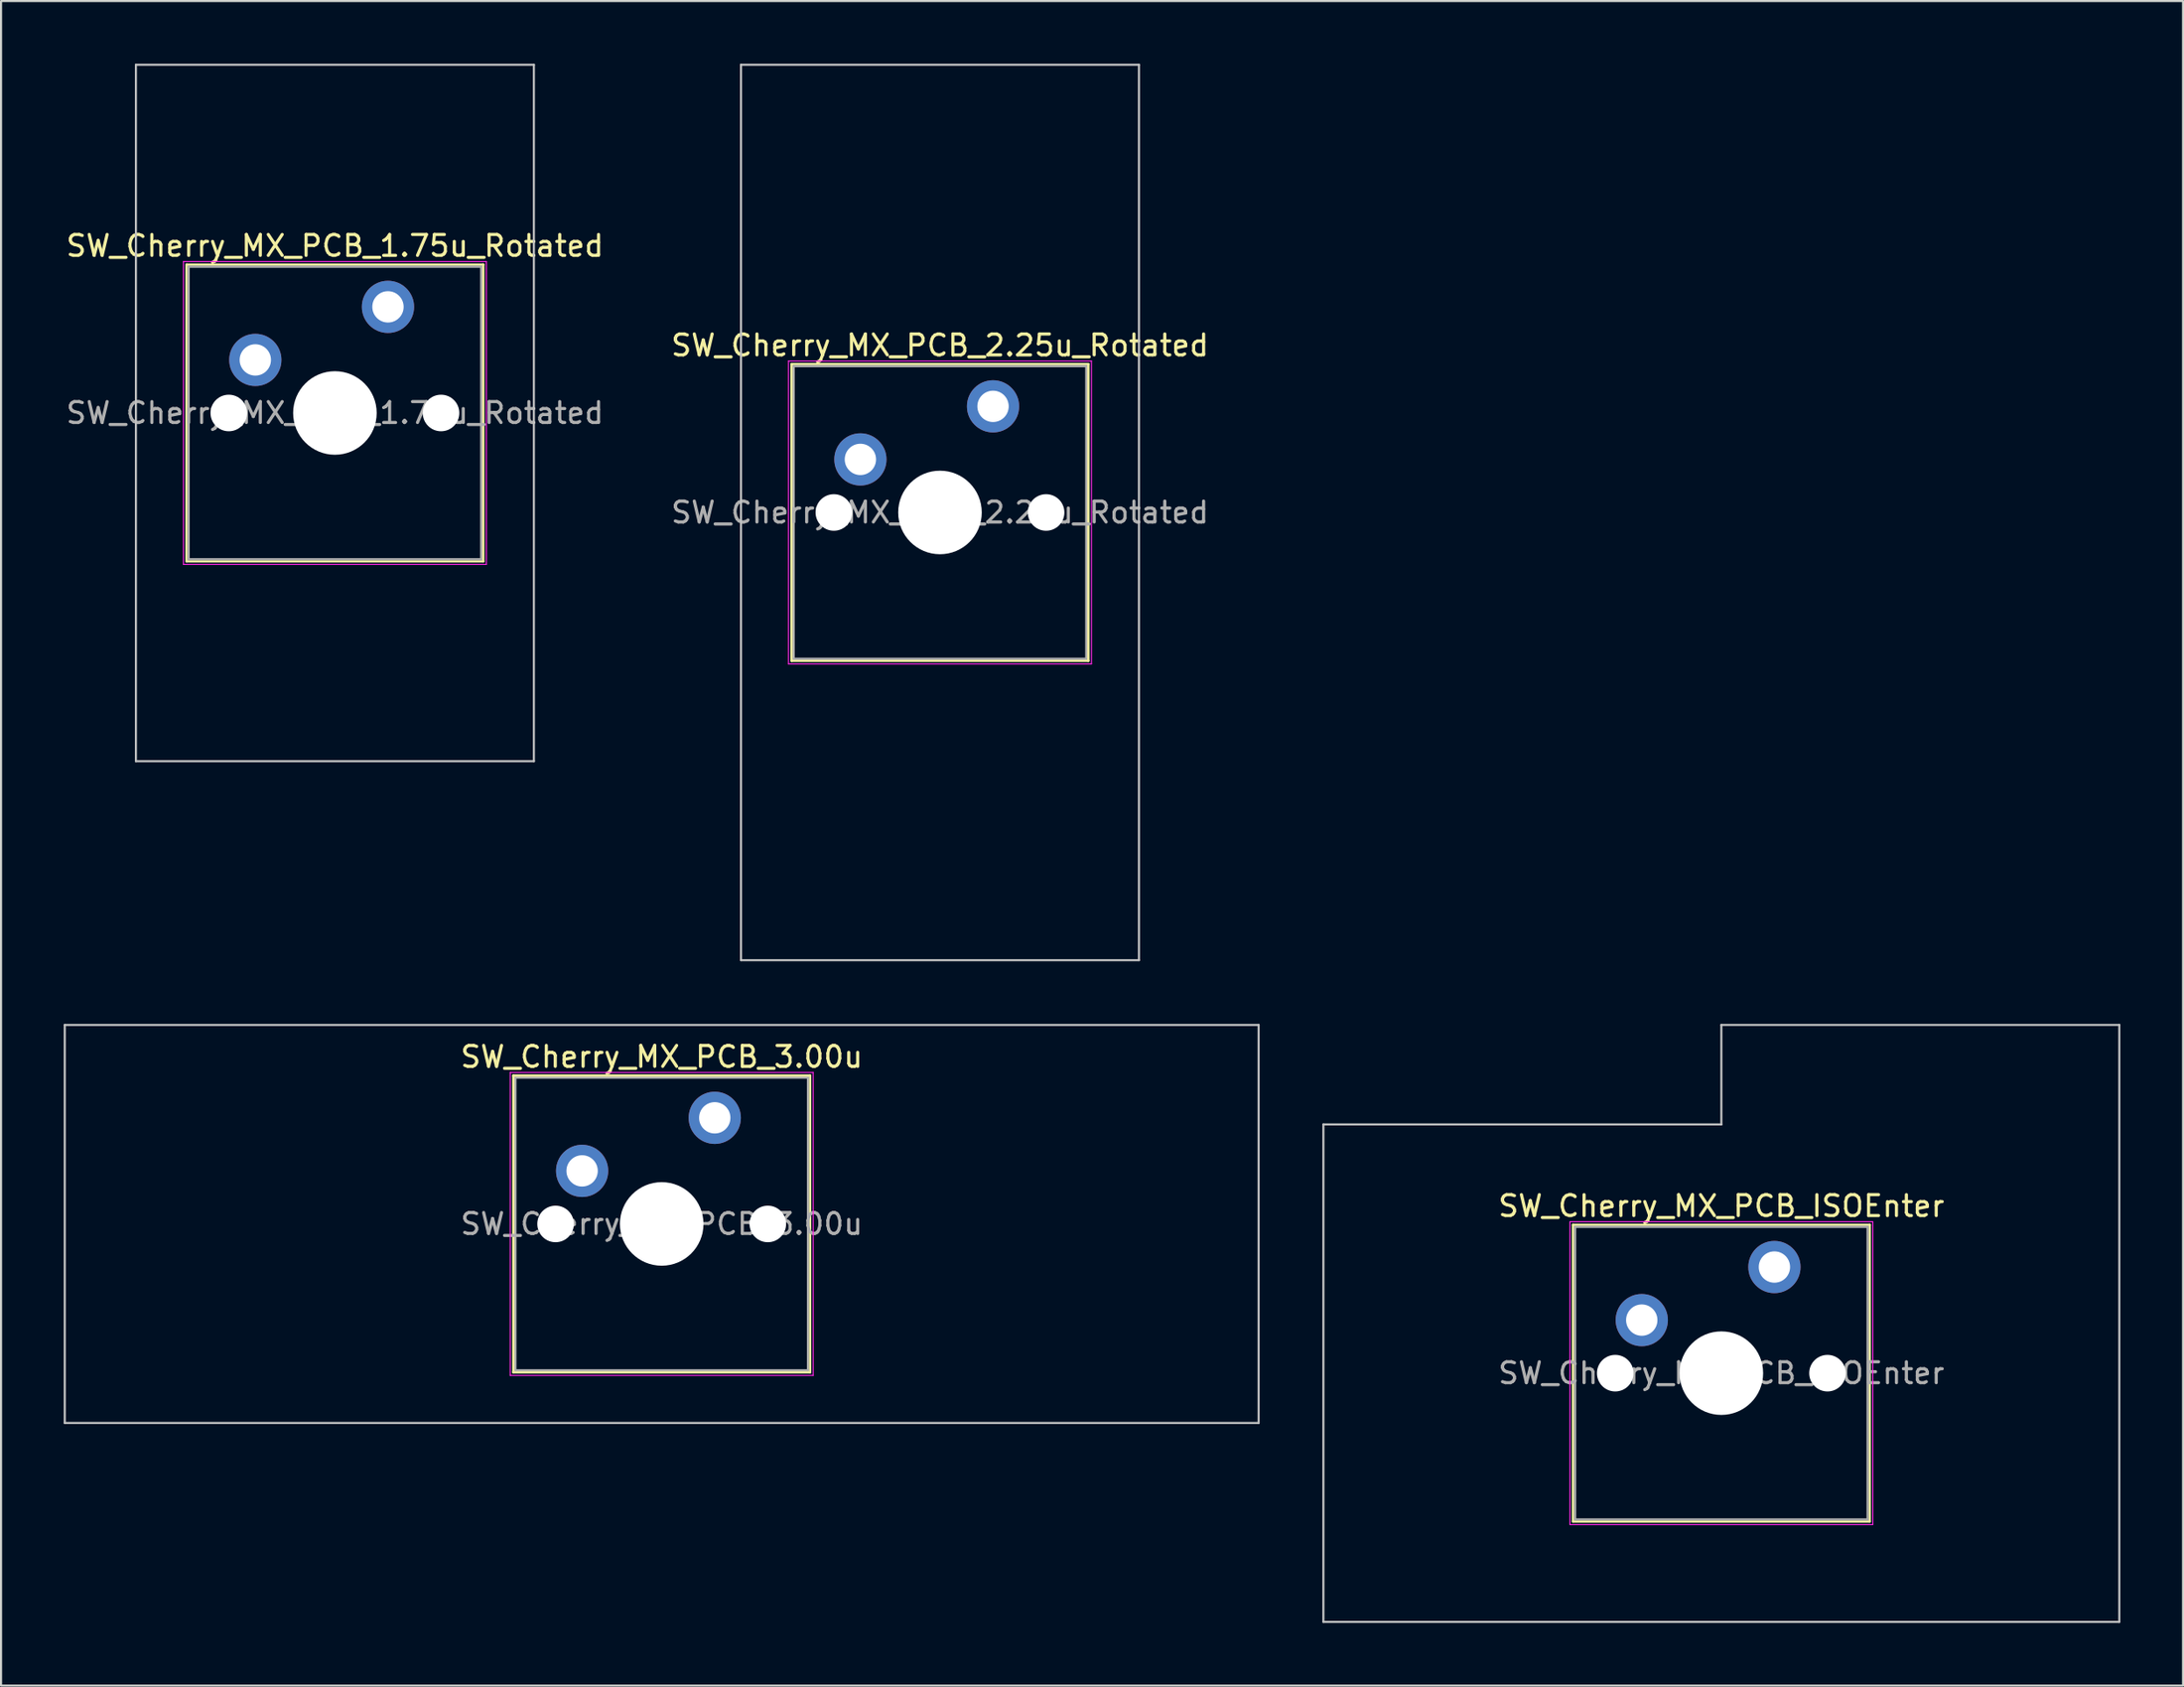
<source format=kicad_pcb>
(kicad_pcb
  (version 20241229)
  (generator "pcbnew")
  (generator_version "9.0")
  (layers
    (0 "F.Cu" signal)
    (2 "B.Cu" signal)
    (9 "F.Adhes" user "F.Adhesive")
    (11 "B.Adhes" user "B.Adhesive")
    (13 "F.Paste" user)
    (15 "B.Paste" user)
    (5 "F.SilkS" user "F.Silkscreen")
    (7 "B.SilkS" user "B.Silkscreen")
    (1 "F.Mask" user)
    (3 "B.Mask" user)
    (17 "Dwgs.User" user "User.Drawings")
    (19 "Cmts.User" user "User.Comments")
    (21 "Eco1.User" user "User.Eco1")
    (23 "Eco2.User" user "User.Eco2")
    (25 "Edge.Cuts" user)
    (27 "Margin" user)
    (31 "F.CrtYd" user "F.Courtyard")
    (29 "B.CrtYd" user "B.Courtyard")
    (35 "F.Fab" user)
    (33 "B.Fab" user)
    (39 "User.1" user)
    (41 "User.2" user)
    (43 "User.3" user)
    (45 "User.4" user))
  (footprint "SW_Cherry_MX_PCB_1.75u_Rotated"
    (layer "F.Cu")
    (at 12.982 16.719)
    (property "Reference" "SW_Cherry_MX_PCB_1.75u_Rotated" (at 0 -8 0) (layer "F.SilkS") (effects (font (size 1 1) (thickness 0.15))))
    (attr through_hole)
    (fp_line (start -7.1 -7.1) (end -7.1 7.1) (stroke (width 0.12) (type solid)) (layer "F.SilkS"))
    (fp_line (start -7.1 7.1) (end 7.1 7.1) (stroke (width 0.12) (type solid)) (layer "F.SilkS"))
    (fp_line (start 7.1 -7.1) (end -7.1 -7.1) (stroke (width 0.12) (type solid)) (layer "F.SilkS"))
    (fp_line (start 7.1 7.1) (end 7.1 -7.1) (stroke (width 0.12) (type solid)) (layer "F.SilkS"))
    (fp_line (start -9.525 -16.669) (end -9.525 16.669) (stroke (width 0.1) (type solid)) (layer "Dwgs.User"))
    (fp_line (start -9.525 16.669) (end 9.525 16.669) (stroke (width 0.1) (type solid)) (layer "Dwgs.User"))
    (fp_line (start 9.525 -16.669) (end -9.525 -16.669) (stroke (width 0.1) (type solid)) (layer "Dwgs.User"))
    (fp_line (start 9.525 16.669) (end 9.525 -16.669) (stroke (width 0.1) (type solid)) (layer "Dwgs.User"))
    (fp_line (start -7.25 -7.25) (end -7.25 7.25) (stroke (width 0.05) (type solid)) (layer "F.CrtYd"))
    (fp_line (start -7.25 7.25) (end 7.25 7.25) (stroke (width 0.05) (type solid)) (layer "F.CrtYd"))
    (fp_line (start 7.25 -7.25) (end -7.25 -7.25) (stroke (width 0.05) (type solid)) (layer "F.CrtYd"))
    (fp_line (start 7.25 7.25) (end 7.25 -7.25) (stroke (width 0.05) (type solid)) (layer "F.CrtYd"))
    (fp_line (start -7 -7) (end -7 7) (stroke (width 0.1) (type solid)) (layer "F.Fab"))
    (fp_line (start -7 7) (end 7 7) (stroke (width 0.1) (type solid)) (layer "F.Fab"))
    (fp_line (start 7 -7) (end -7 -7) (stroke (width 0.1) (type solid)) (layer "F.Fab"))
    (fp_line (start 7 7) (end 7 -7) (stroke (width 0.1) (type solid)) (layer "F.Fab"))
    (fp_text user "${REFERENCE}" (at 0 0 0) (layer "F.Fab") (effects (font (size 1 1) (thickness 0.15))))
    (pad "" np_thru_hole circle (at -5.08 0) (size 1.75 1.75) (drill 1.75) (layers "*.Cu" "*.Mask"))
    (pad "" np_thru_hole circle (at 0 0) (size 4 4) (drill 4) (layers "*.Cu" "*.Mask"))
    (pad "" np_thru_hole circle (at 5.08 0) (size 1.75 1.75) (drill 1.75) (layers "*.Cu" "*.Mask"))
    (pad "1" thru_hole circle (at -3.81 -2.54) (size 2.5 2.5) (drill 1.5) (layers "*.Cu" "B.Mask"))
    (pad "2" thru_hole circle (at 2.54 -5.08) (size 2.5 2.5) (drill 1.5) (layers "*.Cu" "B.Mask")))
  (footprint "SW_Cherry_MX_PCB_ISOEnter"
    (layer "F.Cu")
    (at 79.35 62.681)
    (property "Reference" "SW_Cherry_MX_PCB_ISOEnter" (at 0 -8 0) (layer "F.SilkS") (effects (font (size 1 1) (thickness 0.15))))
    (attr through_hole)
    (fp_line (start -7.1 -7.1) (end -7.1 7.1) (stroke (width 0.12) (type solid)) (layer "F.SilkS"))
    (fp_line (start -7.1 7.1) (end 7.1 7.1) (stroke (width 0.12) (type solid)) (layer "F.SilkS"))
    (fp_line (start 7.1 -7.1) (end -7.1 -7.1) (stroke (width 0.12) (type solid)) (layer "F.SilkS"))
    (fp_line (start 7.1 7.1) (end 7.1 -7.1) (stroke (width 0.12) (type solid)) (layer "F.SilkS"))
    (fp_line (start -19.05 -11.906) (end -19.05 11.906) (stroke (width 0.1) (type solid)) (layer "Dwgs.User"))
    (fp_line (start -19.05 11.906) (end 19.05 11.906) (stroke (width 0.1) (type solid)) (layer "Dwgs.User"))
    (fp_line (start 0 -16.669) (end 0 -11.906) (stroke (width 0.1) (type solid)) (layer "Dwgs.User"))
    (fp_line (start 0 -11.906) (end -19.05 -11.906) (stroke (width 0.1) (type solid)) (layer "Dwgs.User"))
    (fp_line (start 19.05 -16.669) (end 0 -16.669) (stroke (width 0.1) (type solid)) (layer "Dwgs.User"))
    (fp_line (start 19.05 11.906) (end 19.05 -16.669) (stroke (width 0.1) (type solid)) (layer "Dwgs.User"))
    (fp_line (start -7.25 -7.25) (end -7.25 7.25) (stroke (width 0.05) (type solid)) (layer "F.CrtYd"))
    (fp_line (start -7.25 7.25) (end 7.25 7.25) (stroke (width 0.05) (type solid)) (layer "F.CrtYd"))
    (fp_line (start 7.25 -7.25) (end -7.25 -7.25) (stroke (width 0.05) (type solid)) (layer "F.CrtYd"))
    (fp_line (start 7.25 7.25) (end 7.25 -7.25) (stroke (width 0.05) (type solid)) (layer "F.CrtYd"))
    (fp_line (start -7 -7) (end -7 7) (stroke (width 0.1) (type solid)) (layer "F.Fab"))
    (fp_line (start -7 7) (end 7 7) (stroke (width 0.1) (type solid)) (layer "F.Fab"))
    (fp_line (start 7 -7) (end -7 -7) (stroke (width 0.1) (type solid)) (layer "F.Fab"))
    (fp_line (start 7 7) (end 7 -7) (stroke (width 0.1) (type solid)) (layer "F.Fab"))
    (fp_text user "${REFERENCE}" (at 0 0 0) (layer "F.Fab") (effects (font (size 1 1) (thickness 0.15))))
    (pad "" np_thru_hole circle (at -5.08 0) (size 1.75 1.75) (drill 1.75) (layers "*.Cu" "*.Mask"))
    (pad "" np_thru_hole circle (at 0 0) (size 4 4) (drill 4) (layers "*.Cu" "*.Mask"))
    (pad "" np_thru_hole circle (at 5.08 0) (size 1.75 1.75) (drill 1.75) (layers "*.Cu" "*.Mask"))
    (pad "1" thru_hole circle (at -3.81 -2.54) (size 2.5 2.5) (drill 1.5) (layers "*.Cu" "B.Mask"))
    (pad "2" thru_hole circle (at 2.54 -5.08) (size 2.5 2.5) (drill 1.5) (layers "*.Cu" "B.Mask")))
  (footprint "SW_Cherry_MX_PCB_3.00u"
    (layer "F.Cu")
    (at 28.625 55.538)
    (property "Reference" "SW_Cherry_MX_PCB_3.00u" (at 0 -8 0) (layer "F.SilkS") (effects (font (size 1 1) (thickness 0.15))))
    (attr through_hole)
    (fp_line (start -7.1 -7.1) (end -7.1 7.1) (stroke (width 0.12) (type solid)) (layer "F.SilkS"))
    (fp_line (start -7.1 7.1) (end 7.1 7.1) (stroke (width 0.12) (type solid)) (layer "F.SilkS"))
    (fp_line (start 7.1 -7.1) (end -7.1 -7.1) (stroke (width 0.12) (type solid)) (layer "F.SilkS"))
    (fp_line (start 7.1 7.1) (end 7.1 -7.1) (stroke (width 0.12) (type solid)) (layer "F.SilkS"))
    (fp_line (start -28.575 -9.525) (end -28.575 9.525) (stroke (width 0.1) (type solid)) (layer "Dwgs.User"))
    (fp_line (start -28.575 9.525) (end 28.575 9.525) (stroke (width 0.1) (type solid)) (layer "Dwgs.User"))
    (fp_line (start 28.575 -9.525) (end -28.575 -9.525) (stroke (width 0.1) (type solid)) (layer "Dwgs.User"))
    (fp_line (start 28.575 9.525) (end 28.575 -9.525) (stroke (width 0.1) (type solid)) (layer "Dwgs.User"))
    (fp_line (start -7.25 -7.25) (end -7.25 7.25) (stroke (width 0.05) (type solid)) (layer "F.CrtYd"))
    (fp_line (start -7.25 7.25) (end 7.25 7.25) (stroke (width 0.05) (type solid)) (layer "F.CrtYd"))
    (fp_line (start 7.25 -7.25) (end -7.25 -7.25) (stroke (width 0.05) (type solid)) (layer "F.CrtYd"))
    (fp_line (start 7.25 7.25) (end 7.25 -7.25) (stroke (width 0.05) (type solid)) (layer "F.CrtYd"))
    (fp_line (start -7 -7) (end -7 7) (stroke (width 0.1) (type solid)) (layer "F.Fab"))
    (fp_line (start -7 7) (end 7 7) (stroke (width 0.1) (type solid)) (layer "F.Fab"))
    (fp_line (start 7 -7) (end -7 -7) (stroke (width 0.1) (type solid)) (layer "F.Fab"))
    (fp_line (start 7 7) (end 7 -7) (stroke (width 0.1) (type solid)) (layer "F.Fab"))
    (fp_text user "${REFERENCE}" (at 0 0 0) (layer "F.Fab") (effects (font (size 1 1) (thickness 0.15))))
    (pad "" np_thru_hole circle (at -5.08 0) (size 1.75 1.75) (drill 1.75) (layers "*.Cu" "*.Mask"))
    (pad "" np_thru_hole circle (at 0 0) (size 4 4) (drill 4) (layers "*.Cu" "*.Mask"))
    (pad "" np_thru_hole circle (at 5.08 0) (size 1.75 1.75) (drill 1.75) (layers "*.Cu" "*.Mask"))
    (pad "1" thru_hole circle (at -3.81 -2.54) (size 2.5 2.5) (drill 1.5) (layers "*.Cu" "B.Mask"))
    (pad "2" thru_hole circle (at 2.54 -5.08) (size 2.5 2.5) (drill 1.5) (layers "*.Cu" "B.Mask")))
  (footprint "SW_Cherry_MX_PCB_2.25u_Rotated"
    (layer "F.Cu")
    (at 41.946 21.481)
    (property "Reference" "SW_Cherry_MX_PCB_2.25u_Rotated" (at 0 -8 0) (layer "F.SilkS") (effects (font (size 1 1) (thickness 0.15))))
    (attr through_hole)
    (fp_line (start -7.1 -7.1) (end -7.1 7.1) (stroke (width 0.12) (type solid)) (layer "F.SilkS"))
    (fp_line (start -7.1 7.1) (end 7.1 7.1) (stroke (width 0.12) (type solid)) (layer "F.SilkS"))
    (fp_line (start 7.1 -7.1) (end -7.1 -7.1) (stroke (width 0.12) (type solid)) (layer "F.SilkS"))
    (fp_line (start 7.1 7.1) (end 7.1 -7.1) (stroke (width 0.12) (type solid)) (layer "F.SilkS"))
    (fp_line (start -9.525 -21.431) (end -9.525 21.431) (stroke (width 0.1) (type solid)) (layer "Dwgs.User"))
    (fp_line (start -9.525 21.431) (end 9.525 21.431) (stroke (width 0.1) (type solid)) (layer "Dwgs.User"))
    (fp_line (start 9.525 -21.431) (end -9.525 -21.431) (stroke (width 0.1) (type solid)) (layer "Dwgs.User"))
    (fp_line (start 9.525 21.431) (end 9.525 -21.431) (stroke (width 0.1) (type solid)) (layer "Dwgs.User"))
    (fp_line (start -7.25 -7.25) (end -7.25 7.25) (stroke (width 0.05) (type solid)) (layer "F.CrtYd"))
    (fp_line (start -7.25 7.25) (end 7.25 7.25) (stroke (width 0.05) (type solid)) (layer "F.CrtYd"))
    (fp_line (start 7.25 -7.25) (end -7.25 -7.25) (stroke (width 0.05) (type solid)) (layer "F.CrtYd"))
    (fp_line (start 7.25 7.25) (end 7.25 -7.25) (stroke (width 0.05) (type solid)) (layer "F.CrtYd"))
    (fp_line (start -7 -7) (end -7 7) (stroke (width 0.1) (type solid)) (layer "F.Fab"))
    (fp_line (start -7 7) (end 7 7) (stroke (width 0.1) (type solid)) (layer "F.Fab"))
    (fp_line (start 7 -7) (end -7 -7) (stroke (width 0.1) (type solid)) (layer "F.Fab"))
    (fp_line (start 7 7) (end 7 -7) (stroke (width 0.1) (type solid)) (layer "F.Fab"))
    (fp_text user "${REFERENCE}" (at 0 0 0) (layer "F.Fab") (effects (font (size 1 1) (thickness 0.15))))
    (pad "" np_thru_hole circle (at -5.08 0) (size 1.75 1.75) (drill 1.75) (layers "*.Cu" "*.Mask"))
    (pad "" np_thru_hole circle (at 0 0) (size 4 4) (drill 4) (layers "*.Cu" "*.Mask"))
    (pad "" np_thru_hole circle (at 5.08 0) (size 1.75 1.75) (drill 1.75) (layers "*.Cu" "*.Mask"))
    (pad "1" thru_hole circle (at -3.81 -2.54) (size 2.5 2.5) (drill 1.5) (layers "*.Cu" "B.Mask"))
    (pad "2" thru_hole circle (at 2.54 -5.08) (size 2.5 2.5) (drill 1.5) (layers "*.Cu" "B.Mask")))
  (gr_rect
    (start -3 -3)
    (end 101.45 77.638)
    (stroke (width 0.1) (type default))
    (fill no)
    (layer "Edge.Cuts")))
</source>
